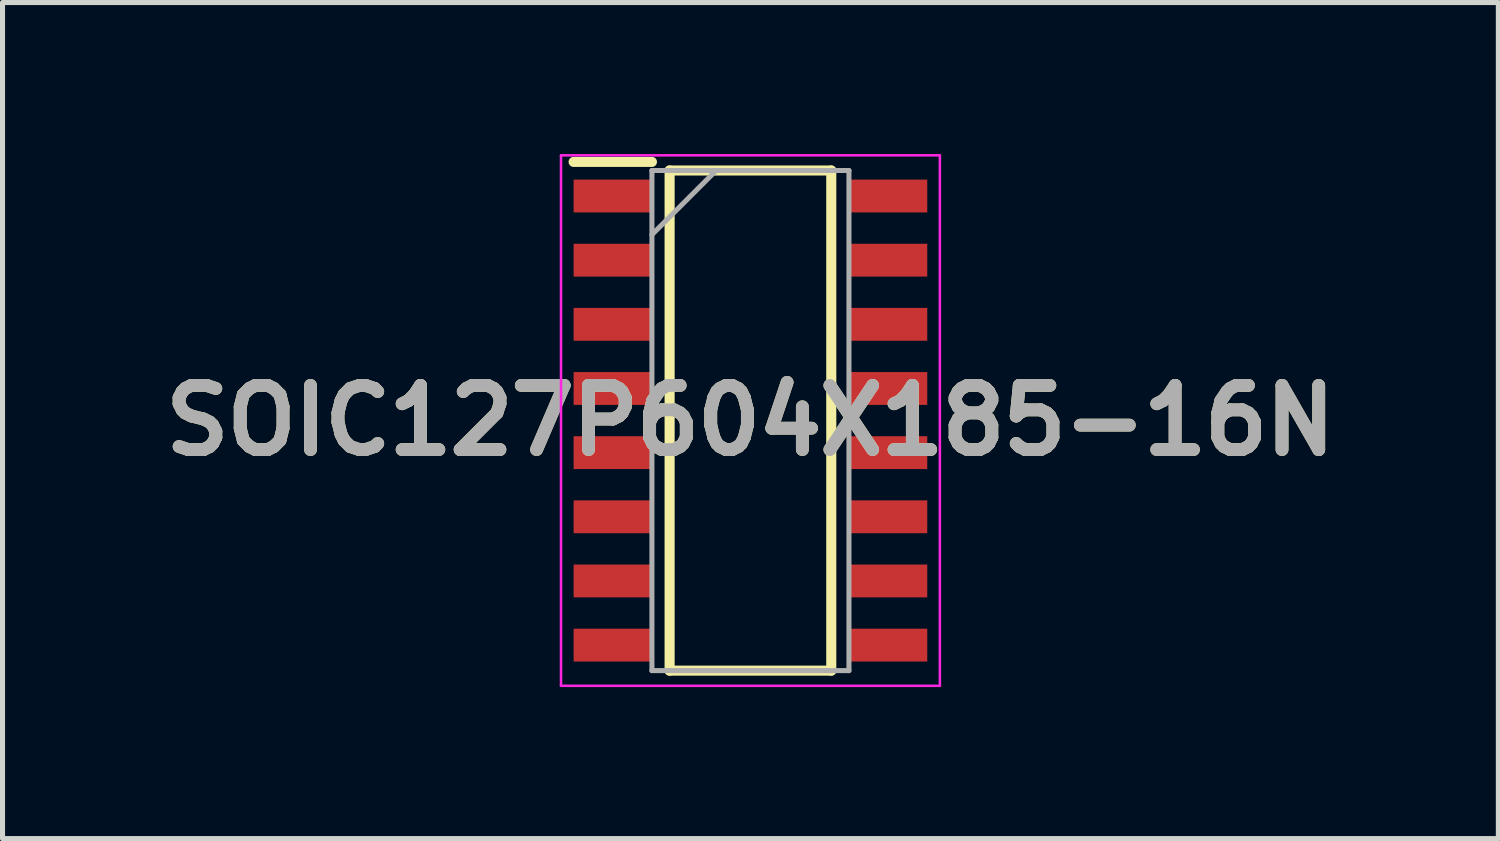
<source format=kicad_pcb>
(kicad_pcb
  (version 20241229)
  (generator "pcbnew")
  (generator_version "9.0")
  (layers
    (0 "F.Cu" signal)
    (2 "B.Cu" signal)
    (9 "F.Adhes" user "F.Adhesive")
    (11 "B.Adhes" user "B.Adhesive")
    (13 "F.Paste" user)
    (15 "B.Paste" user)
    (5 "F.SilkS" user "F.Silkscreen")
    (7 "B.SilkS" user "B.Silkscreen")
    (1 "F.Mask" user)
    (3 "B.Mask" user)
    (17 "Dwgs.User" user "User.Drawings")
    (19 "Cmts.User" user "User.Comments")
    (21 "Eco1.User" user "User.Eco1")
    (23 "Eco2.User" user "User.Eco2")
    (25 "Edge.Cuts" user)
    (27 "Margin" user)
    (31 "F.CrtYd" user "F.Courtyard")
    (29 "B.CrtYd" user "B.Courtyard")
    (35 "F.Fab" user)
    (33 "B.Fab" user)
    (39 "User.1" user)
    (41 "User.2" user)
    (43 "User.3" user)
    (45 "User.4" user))
  (footprint "SOIC127P604X185-16N"
    (layer "F.Cu")
    (at 11.805 5.275)
    (property "Reference" "SOIC127P604X185-16N" (at 0 0 0) (layer "F.SilkS") (effects (font (size 1.27 1.27) (thickness 0.254))))
    (attr smd)
    (fp_line (start -3.5 -5.12) (end -1.95 -5.12) (stroke (width 0.2) (type solid)) (layer "F.SilkS"))
    (fp_line (start -1.6 -4.95) (end 1.6 -4.95) (stroke (width 0.2) (type solid)) (layer "F.SilkS"))
    (fp_line (start -1.6 4.95) (end -1.6 -4.95) (stroke (width 0.2) (type solid)) (layer "F.SilkS"))
    (fp_line (start 1.6 -4.95) (end 1.6 4.95) (stroke (width 0.2) (type solid)) (layer "F.SilkS"))
    (fp_line (start 1.6 4.95) (end -1.6 4.95) (stroke (width 0.2) (type solid)) (layer "F.SilkS"))
    (fp_line (start -3.75 -5.25) (end 3.75 -5.25) (stroke (width 0.05) (type solid)) (layer "F.CrtYd"))
    (fp_line (start -3.75 5.25) (end -3.75 -5.25) (stroke (width 0.05) (type solid)) (layer "F.CrtYd"))
    (fp_line (start 3.75 -5.25) (end 3.75 5.25) (stroke (width 0.05) (type solid)) (layer "F.CrtYd"))
    (fp_line (start 3.75 5.25) (end -3.75 5.25) (stroke (width 0.05) (type solid)) (layer "F.CrtYd"))
    (fp_line (start -1.95 -4.95) (end 1.95 -4.95) (stroke (width 0.1) (type solid)) (layer "F.Fab"))
    (fp_line (start -1.95 -3.68) (end -0.68 -4.95) (stroke (width 0.1) (type solid)) (layer "F.Fab"))
    (fp_line (start -1.95 4.95) (end -1.95 -4.95) (stroke (width 0.1) (type solid)) (layer "F.Fab"))
    (fp_line (start 1.95 -4.95) (end 1.95 4.95) (stroke (width 0.1) (type solid)) (layer "F.Fab"))
    (fp_line (start 1.95 4.95) (end -1.95 4.95) (stroke (width 0.1) (type solid)) (layer "F.Fab"))
    (fp_text user "${REFERENCE}" (at 0 0 0) (layer "F.Fab") (effects (font (size 1.27 1.27) (thickness 0.254))))
    (pad "1" smd rect (at -2.725 -4.445 90) (size 0.65 1.55) (layers "F.Cu" "F.Mask" "F.Paste"))
    (pad "2" smd rect (at -2.725 -3.175 90) (size 0.65 1.55) (layers "F.Cu" "F.Mask" "F.Paste"))
    (pad "3" smd rect (at -2.725 -1.905 90) (size 0.65 1.55) (layers "F.Cu" "F.Mask" "F.Paste"))
    (pad "4" smd rect (at -2.725 -0.635 90) (size 0.65 1.55) (layers "F.Cu" "F.Mask" "F.Paste"))
    (pad "5" smd rect (at -2.725 0.635 90) (size 0.65 1.55) (layers "F.Cu" "F.Mask" "F.Paste"))
    (pad "6" smd rect (at -2.725 1.905 90) (size 0.65 1.55) (layers "F.Cu" "F.Mask" "F.Paste"))
    (pad "7" smd rect (at -2.725 3.175 90) (size 0.65 1.55) (layers "F.Cu" "F.Mask" "F.Paste"))
    (pad "8" smd rect (at -2.725 4.445 90) (size 0.65 1.55) (layers "F.Cu" "F.Mask" "F.Paste"))
    (pad "9" smd rect (at 2.725 4.445 90) (size 0.65 1.55) (layers "F.Cu" "F.Mask" "F.Paste"))
    (pad "10" smd rect (at 2.725 3.175 90) (size 0.65 1.55) (layers "F.Cu" "F.Mask" "F.Paste"))
    (pad "11" smd rect (at 2.725 1.905 90) (size 0.65 1.55) (layers "F.Cu" "F.Mask" "F.Paste"))
    (pad "12" smd rect (at 2.725 0.635 90) (size 0.65 1.55) (layers "F.Cu" "F.Mask" "F.Paste"))
    (pad "13" smd rect (at 2.725 -0.635 90) (size 0.65 1.55) (layers "F.Cu" "F.Mask" "F.Paste"))
    (pad "14" smd rect (at 2.725 -1.905 90) (size 0.65 1.55) (layers "F.Cu" "F.Mask" "F.Paste"))
    (pad "15" smd rect (at 2.725 -3.175 90) (size 0.65 1.55) (layers "F.Cu" "F.Mask" "F.Paste"))
    (pad "16" smd rect (at 2.725 -4.445 90) (size 0.65 1.55) (layers "F.Cu" "F.Mask" "F.Paste")))
  (gr_rect
    (start -3 -3)
    (end 26.61 13.55)
    (stroke (width 0.1) (type default))
    (fill no)
    (layer "Edge.Cuts")))
</source>
